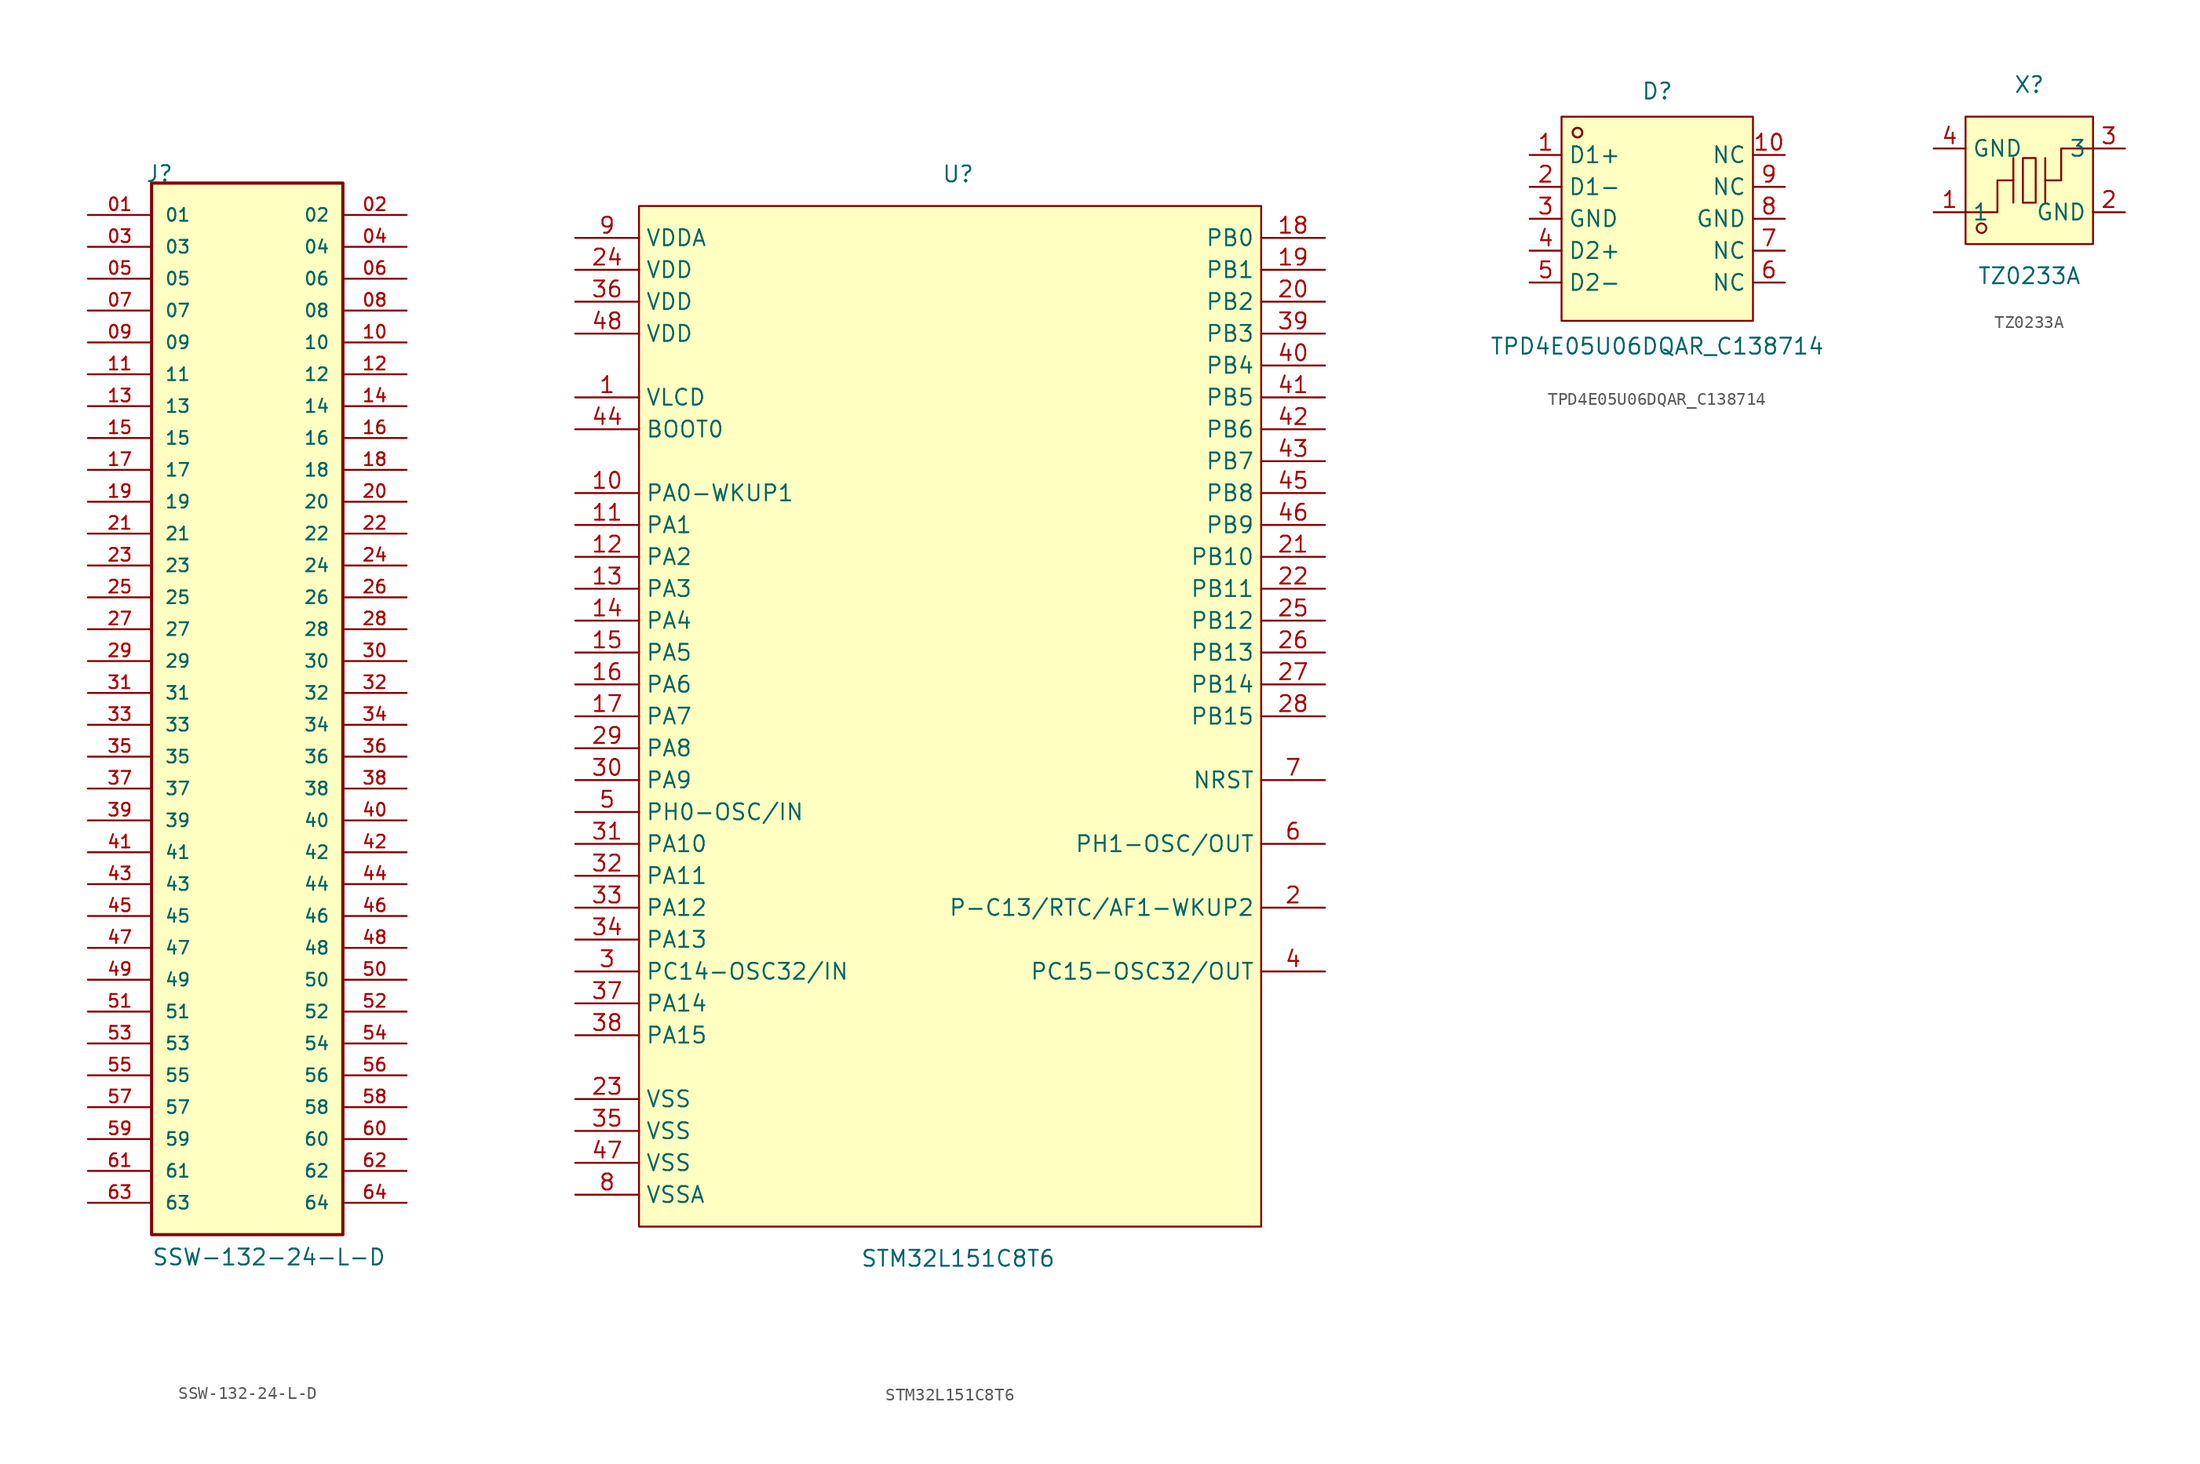
<source format=kicad_sym>
(kicad_symbol_lib
  (version 20231120)
  (generator "kicad_symbol_editor")
  (generator_version "8.0")
  (symbol "SSW-132-24-L-D"
    (pin_names
      (offset 1.016))
    (property "Reference" "J"
      (at -8.12 43.18 0)
      (effects (font (size 1.27 1.27)) (justify left bottom)))
    (property "Value" "SSW-132-24-L-D"
      (at -7.62 -43.18 0)
      (effects (font (size 1.27 1.27)) (justify left bottom)))
    (symbol "SSW-132-24-L-D_0_0"
      (rectangle (start -7.62 -40.64) (end 7.62 43.18) (stroke (width 0.254) (type default)) (fill (type background)))
      (pin passive line (at -12.7 40.64 0) (length 5.08) (name "01" (effects (font (size 1.016 1.016)))) (number "01" (effects (font (size 1.016 1.016)))))
      (pin passive line (at 12.7 40.64 180) (length 5.08) (name "02" (effects (font (size 1.016 1.016)))) (number "02" (effects (font (size 1.016 1.016)))))
      (pin passive line (at -12.7 38.1 0) (length 5.08) (name "03" (effects (font (size 1.016 1.016)))) (number "03" (effects (font (size 1.016 1.016)))))
      (pin passive line (at 12.7 38.1 180) (length 5.08) (name "04" (effects (font (size 1.016 1.016)))) (number "04" (effects (font (size 1.016 1.016)))))
      (pin passive line (at -12.7 35.56 0) (length 5.08) (name "05" (effects (font (size 1.016 1.016)))) (number "05" (effects (font (size 1.016 1.016)))))
      (pin passive line (at 12.7 35.56 180) (length 5.08) (name "06" (effects (font (size 1.016 1.016)))) (number "06" (effects (font (size 1.016 1.016)))))
      (pin passive line (at -12.7 33.02 0) (length 5.08) (name "07" (effects (font (size 1.016 1.016)))) (number "07" (effects (font (size 1.016 1.016)))))
      (pin passive line (at 12.7 33.02 180) (length 5.08) (name "08" (effects (font (size 1.016 1.016)))) (number "08" (effects (font (size 1.016 1.016)))))
      (pin passive line (at -12.7 30.48 0) (length 5.08) (name "09" (effects (font (size 1.016 1.016)))) (number "09" (effects (font (size 1.016 1.016)))))
      (pin passive line (at 12.7 30.48 180) (length 5.08) (name "10" (effects (font (size 1.016 1.016)))) (number "10" (effects (font (size 1.016 1.016)))))
      (pin passive line (at -12.7 27.94 0) (length 5.08) (name "11" (effects (font (size 1.016 1.016)))) (number "11" (effects (font (size 1.016 1.016)))))
      (pin passive line (at 12.7 27.94 180) (length 5.08) (name "12" (effects (font (size 1.016 1.016)))) (number "12" (effects (font (size 1.016 1.016)))))
      (pin passive line (at -12.7 25.4 0) (length 5.08) (name "13" (effects (font (size 1.016 1.016)))) (number "13" (effects (font (size 1.016 1.016)))))
      (pin passive line (at 12.7 25.4 180) (length 5.08) (name "14" (effects (font (size 1.016 1.016)))) (number "14" (effects (font (size 1.016 1.016)))))
      (pin passive line (at -12.7 22.86 0) (length 5.08) (name "15" (effects (font (size 1.016 1.016)))) (number "15" (effects (font (size 1.016 1.016)))))
      (pin passive line (at 12.7 22.86 180) (length 5.08) (name "16" (effects (font (size 1.016 1.016)))) (number "16" (effects (font (size 1.016 1.016)))))
      (pin passive line (at -12.7 20.32 0) (length 5.08) (name "17" (effects (font (size 1.016 1.016)))) (number "17" (effects (font (size 1.016 1.016)))))
      (pin passive line (at 12.7 20.32 180) (length 5.08) (name "18" (effects (font (size 1.016 1.016)))) (number "18" (effects (font (size 1.016 1.016)))))
      (pin passive line (at -12.7 17.78 0) (length 5.08) (name "19" (effects (font (size 1.016 1.016)))) (number "19" (effects (font (size 1.016 1.016)))))
      (pin passive line (at 12.7 17.78 180) (length 5.08) (name "20" (effects (font (size 1.016 1.016)))) (number "20" (effects (font (size 1.016 1.016)))))
      (pin passive line (at -12.7 15.24 0) (length 5.08) (name "21" (effects (font (size 1.016 1.016)))) (number "21" (effects (font (size 1.016 1.016)))))
      (pin passive line (at 12.7 15.24 180) (length 5.08) (name "22" (effects (font (size 1.016 1.016)))) (number "22" (effects (font (size 1.016 1.016)))))
      (pin passive line (at -12.7 12.7 0) (length 5.08) (name "23" (effects (font (size 1.016 1.016)))) (number "23" (effects (font (size 1.016 1.016)))))
      (pin passive line (at 12.7 12.7 180) (length 5.08) (name "24" (effects (font (size 1.016 1.016)))) (number "24" (effects (font (size 1.016 1.016)))))
      (pin passive line (at -12.7 10.16 0) (length 5.08) (name "25" (effects (font (size 1.016 1.016)))) (number "25" (effects (font (size 1.016 1.016)))))
      (pin passive line (at 12.7 10.16 180) (length 5.08) (name "26" (effects (font (size 1.016 1.016)))) (number "26" (effects (font (size 1.016 1.016)))))
      (pin passive line (at -12.7 7.62 0) (length 5.08) (name "27" (effects (font (size 1.016 1.016)))) (number "27" (effects (font (size 1.016 1.016)))))
      (pin passive line (at 12.7 7.62 180) (length 5.08) (name "28" (effects (font (size 1.016 1.016)))) (number "28" (effects (font (size 1.016 1.016)))))
      (pin passive line (at -12.7 5.08 0) (length 5.08) (name "29" (effects (font (size 1.016 1.016)))) (number "29" (effects (font (size 1.016 1.016)))))
      (pin passive line (at 12.7 5.08 180) (length 5.08) (name "30" (effects (font (size 1.016 1.016)))) (number "30" (effects (font (size 1.016 1.016)))))
      (pin passive line (at -12.7 2.54 0) (length 5.08) (name "31" (effects (font (size 1.016 1.016)))) (number "31" (effects (font (size 1.016 1.016)))))
      (pin passive line (at 12.7 2.54 180) (length 5.08) (name "32" (effects (font (size 1.016 1.016)))) (number "32" (effects (font (size 1.016 1.016)))))
      (pin passive line (at -12.7 0 0) (length 5.08) (name "33" (effects (font (size 1.016 1.016)))) (number "33" (effects (font (size 1.016 1.016)))))
      (pin passive line (at 12.7 0 180) (length 5.08) (name "34" (effects (font (size 1.016 1.016)))) (number "34" (effects (font (size 1.016 1.016)))))
      (pin passive line (at -12.7 -2.54 0) (length 5.08) (name "35" (effects (font (size 1.016 1.016)))) (number "35" (effects (font (size 1.016 1.016)))))
      (pin passive line (at 12.7 -2.54 180) (length 5.08) (name "36" (effects (font (size 1.016 1.016)))) (number "36" (effects (font (size 1.016 1.016)))))
      (pin passive line (at -12.7 -5.08 0) (length 5.08) (name "37" (effects (font (size 1.016 1.016)))) (number "37" (effects (font (size 1.016 1.016)))))
      (pin passive line (at 12.7 -5.08 180) (length 5.08) (name "38" (effects (font (size 1.016 1.016)))) (number "38" (effects (font (size 1.016 1.016)))))
      (pin passive line (at -12.7 -7.62 0) (length 5.08) (name "39" (effects (font (size 1.016 1.016)))) (number "39" (effects (font (size 1.016 1.016)))))
      (pin passive line (at 12.7 -7.62 180) (length 5.08) (name "40" (effects (font (size 1.016 1.016)))) (number "40" (effects (font (size 1.016 1.016)))))
      (pin passive line (at -12.7 -10.16 0) (length 5.08) (name "41" (effects (font (size 1.016 1.016)))) (number "41" (effects (font (size 1.016 1.016)))))
      (pin passive line (at 12.7 -10.16 180) (length 5.08) (name "42" (effects (font (size 1.016 1.016)))) (number "42" (effects (font (size 1.016 1.016)))))
      (pin passive line (at -12.7 -12.7 0) (length 5.08) (name "43" (effects (font (size 1.016 1.016)))) (number "43" (effects (font (size 1.016 1.016)))))
      (pin passive line (at 12.7 -12.7 180) (length 5.08) (name "44" (effects (font (size 1.016 1.016)))) (number "44" (effects (font (size 1.016 1.016)))))
      (pin passive line (at -12.7 -15.24 0) (length 5.08) (name "45" (effects (font (size 1.016 1.016)))) (number "45" (effects (font (size 1.016 1.016)))))
      (pin passive line (at 12.7 -15.24 180) (length 5.08) (name "46" (effects (font (size 1.016 1.016)))) (number "46" (effects (font (size 1.016 1.016)))))
      (pin passive line (at -12.7 -17.78 0) (length 5.08) (name "47" (effects (font (size 1.016 1.016)))) (number "47" (effects (font (size 1.016 1.016)))))
      (pin passive line (at 12.7 -17.78 180) (length 5.08) (name "48" (effects (font (size 1.016 1.016)))) (number "48" (effects (font (size 1.016 1.016)))))
      (pin passive line (at -12.7 -20.32 0) (length 5.08) (name "49" (effects (font (size 1.016 1.016)))) (number "49" (effects (font (size 1.016 1.016)))))
      (pin passive line (at 12.7 -20.32 180) (length 5.08) (name "50" (effects (font (size 1.016 1.016)))) (number "50" (effects (font (size 1.016 1.016)))))
      (pin passive line (at -12.7 -22.86 0) (length 5.08) (name "51" (effects (font (size 1.016 1.016)))) (number "51" (effects (font (size 1.016 1.016)))))
      (pin passive line (at 12.7 -22.86 180) (length 5.08) (name "52" (effects (font (size 1.016 1.016)))) (number "52" (effects (font (size 1.016 1.016)))))
      (pin passive line (at -12.7 -25.4 0) (length 5.08) (name "53" (effects (font (size 1.016 1.016)))) (number "53" (effects (font (size 1.016 1.016)))))
      (pin passive line (at 12.7 -25.4 180) (length 5.08) (name "54" (effects (font (size 1.016 1.016)))) (number "54" (effects (font (size 1.016 1.016)))))
      (pin passive line (at -12.7 -27.94 0) (length 5.08) (name "55" (effects (font (size 1.016 1.016)))) (number "55" (effects (font (size 1.016 1.016)))))
      (pin passive line (at 12.7 -27.94 180) (length 5.08) (name "56" (effects (font (size 1.016 1.016)))) (number "56" (effects (font (size 1.016 1.016)))))
      (pin passive line (at -12.7 -30.48 0) (length 5.08) (name "57" (effects (font (size 1.016 1.016)))) (number "57" (effects (font (size 1.016 1.016)))))
      (pin passive line (at 12.7 -30.48 180) (length 5.08) (name "58" (effects (font (size 1.016 1.016)))) (number "58" (effects (font (size 1.016 1.016)))))
      (pin passive line (at -12.7 -33.02 0) (length 5.08) (name "59" (effects (font (size 1.016 1.016)))) (number "59" (effects (font (size 1.016 1.016)))))
      (pin passive line (at 12.7 -33.02 180) (length 5.08) (name "60" (effects (font (size 1.016 1.016)))) (number "60" (effects (font (size 1.016 1.016)))))
      (pin passive line (at -12.7 -35.56 0) (length 5.08) (name "61" (effects (font (size 1.016 1.016)))) (number "61" (effects (font (size 1.016 1.016)))))
      (pin passive line (at 12.7 -35.56 180) (length 5.08) (name "62" (effects (font (size 1.016 1.016)))) (number "62" (effects (font (size 1.016 1.016)))))
      (pin passive line (at -12.7 -38.1 0) (length 5.08) (name "63" (effects (font (size 1.016 1.016)))) (number "63" (effects (font (size 1.016 1.016)))))
      (pin passive line (at 12.7 -38.1 180) (length 5.08) (name "64" (effects (font (size 1.016 1.016)))) (number "64" (effects (font (size 1.016 1.016)))))))
  (symbol "STM32L151C8T6"
    (property "Reference" "U"
      (at 0 43.18 0)
      (effects (font (size 1.27 1.27))))
    (property "Value" "STM32L151C8T6"
      (at 0 -43.18 0)
      (effects (font (size 1.27 1.27))))
    (symbol "STM32L151C8T6_0_1"
      (rectangle (start -25.4 40.64) (end 24.13 -40.64) (stroke (width 0) (type default)) (fill (type background)))
      (pin power_in line (at -30.48 25.4 0) (length 5.08) (name "VLCD" (effects (font (size 1.27 1.27)))) (number "1" (effects (font (size 1.27 1.27)))))
      (pin bidirectional line (at -30.48 17.78 0) (length 5.08) (name "PA0-WKUP1" (effects (font (size 1.27 1.27)))) (number "10" (effects (font (size 1.27 1.27)))))
      (pin bidirectional line (at -30.48 15.24 0) (length 5.08) (name "PA1" (effects (font (size 1.27 1.27)))) (number "11" (effects (font (size 1.27 1.27)))))
      (pin bidirectional line (at -30.48 12.7 0) (length 5.08) (name "PA2" (effects (font (size 1.27 1.27)))) (number "12" (effects (font (size 1.27 1.27)))))
      (pin bidirectional line (at -30.48 10.16 0) (length 5.08) (name "PA3" (effects (font (size 1.27 1.27)))) (number "13" (effects (font (size 1.27 1.27)))))
      (pin bidirectional line (at -30.48 7.62 0) (length 5.08) (name "PA4" (effects (font (size 1.27 1.27)))) (number "14" (effects (font (size 1.27 1.27)))))
      (pin bidirectional line (at -30.48 5.08 0) (length 5.08) (name "PA5" (effects (font (size 1.27 1.27)))) (number "15" (effects (font (size 1.27 1.27)))))
      (pin bidirectional line (at -30.48 2.54 0) (length 5.08) (name "PA6" (effects (font (size 1.27 1.27)))) (number "16" (effects (font (size 1.27 1.27)))))
      (pin bidirectional line (at -30.48 0 0) (length 5.08) (name "PA7" (effects (font (size 1.27 1.27)))) (number "17" (effects (font (size 1.27 1.27)))))
      (pin bidirectional line (at 29.21 38.1 180) (length 5.08) (name "PB0" (effects (font (size 1.27 1.27)))) (number "18" (effects (font (size 1.27 1.27)))))
      (pin bidirectional line (at 29.21 35.56 180) (length 5.08) (name "PB1" (effects (font (size 1.27 1.27)))) (number "19" (effects (font (size 1.27 1.27)))))
      (pin bidirectional line (at 29.21 -15.24 180) (length 5.08) (name "P-C13/RTC/AF1-WKUP2" (effects (font (size 1.27 1.27)))) (number "2" (effects (font (size 1.27 1.27)))))
      (pin bidirectional line (at 29.21 33.02 180) (length 5.08) (name "PB2" (effects (font (size 1.27 1.27)))) (number "20" (effects (font (size 1.27 1.27)))))
      (pin bidirectional line (at 29.21 12.7 180) (length 5.08) (name "PB10" (effects (font (size 1.27 1.27)))) (number "21" (effects (font (size 1.27 1.27)))))
      (pin bidirectional line (at 29.21 10.16 180) (length 5.08) (name "PB11" (effects (font (size 1.27 1.27)))) (number "22" (effects (font (size 1.27 1.27)))))
      (pin power_in line (at -30.48 -30.48 0) (length 5.08) (name "VSS" (effects (font (size 1.27 1.27)))) (number "23" (effects (font (size 1.27 1.27)))))
      (pin power_in line (at -30.48 35.56 0) (length 5.08) (name "VDD" (effects (font (size 1.27 1.27)))) (number "24" (effects (font (size 1.27 1.27)))))
      (pin bidirectional line (at 29.21 7.62 180) (length 5.08) (name "PB12" (effects (font (size 1.27 1.27)))) (number "25" (effects (font (size 1.27 1.27)))))
      (pin bidirectional line (at 29.21 5.08 180) (length 5.08) (name "PB13" (effects (font (size 1.27 1.27)))) (number "26" (effects (font (size 1.27 1.27)))))
      (pin bidirectional line (at 29.21 2.54 180) (length 5.08) (name "PB14" (effects (font (size 1.27 1.27)))) (number "27" (effects (font (size 1.27 1.27)))))
      (pin bidirectional line (at 29.21 0 180) (length 5.08) (name "PB15" (effects (font (size 1.27 1.27)))) (number "28" (effects (font (size 1.27 1.27)))))
      (pin bidirectional line (at -30.48 -2.54 0) (length 5.08) (name "PA8" (effects (font (size 1.27 1.27)))) (number "29" (effects (font (size 1.27 1.27)))))
      (pin input line (at -30.48 -20.32 0) (length 5.08) (name "PC14-OSC32/IN" (effects (font (size 1.27 1.27)))) (number "3" (effects (font (size 1.27 1.27)))))
      (pin bidirectional line (at -30.48 -5.08 0) (length 5.08) (name "PA9" (effects (font (size 1.27 1.27)))) (number "30" (effects (font (size 1.27 1.27)))))
      (pin bidirectional line (at -30.48 -10.16 0) (length 5.08) (name "PA10" (effects (font (size 1.27 1.27)))) (number "31" (effects (font (size 1.27 1.27)))))
      (pin bidirectional line (at -30.48 -12.7 0) (length 5.08) (name "PA11" (effects (font (size 1.27 1.27)))) (number "32" (effects (font (size 1.27 1.27)))))
      (pin bidirectional line (at -30.48 -15.24 0) (length 5.08) (name "PA12" (effects (font (size 1.27 1.27)))) (number "33" (effects (font (size 1.27 1.27)))))
      (pin bidirectional line (at -30.48 -17.78 0) (length 5.08) (name "PA13" (effects (font (size 1.27 1.27)))) (number "34" (effects (font (size 1.27 1.27)))))
      (pin power_in line (at -30.48 -33.02 0) (length 5.08) (name "VSS" (effects (font (size 1.27 1.27)))) (number "35" (effects (font (size 1.27 1.27)))))
      (pin power_in line (at -30.48 33.02 0) (length 5.08) (name "VDD" (effects (font (size 1.27 1.27)))) (number "36" (effects (font (size 1.27 1.27)))))
      (pin bidirectional line (at -30.48 -22.86 0) (length 5.08) (name "PA14" (effects (font (size 1.27 1.27)))) (number "37" (effects (font (size 1.27 1.27)))))
      (pin bidirectional line (at -30.48 -25.4 0) (length 5.08) (name "PA15" (effects (font (size 1.27 1.27)))) (number "38" (effects (font (size 1.27 1.27)))))
      (pin bidirectional line (at 29.21 30.48 180) (length 5.08) (name "PB3" (effects (font (size 1.27 1.27)))) (number "39" (effects (font (size 1.27 1.27)))))
      (pin output line (at 29.21 -20.32 180) (length 5.08) (name "PC15-OSC32/OUT" (effects (font (size 1.27 1.27)))) (number "4" (effects (font (size 1.27 1.27)))))
      (pin bidirectional line (at 29.21 27.94 180) (length 5.08) (name "PB4" (effects (font (size 1.27 1.27)))) (number "40" (effects (font (size 1.27 1.27)))))
      (pin bidirectional line (at 29.21 25.4 180) (length 5.08) (name "PB5" (effects (font (size 1.27 1.27)))) (number "41" (effects (font (size 1.27 1.27)))))
      (pin bidirectional line (at 29.21 22.86 180) (length 5.08) (name "PB6" (effects (font (size 1.27 1.27)))) (number "42" (effects (font (size 1.27 1.27)))))
      (pin bidirectional line (at 29.21 20.32 180) (length 5.08) (name "PB7" (effects (font (size 1.27 1.27)))) (number "43" (effects (font (size 1.27 1.27)))))
      (pin input line (at -30.48 22.86 0) (length 5.08) (name "BOOT0" (effects (font (size 1.27 1.27)))) (number "44" (effects (font (size 1.27 1.27)))))
      (pin bidirectional line (at 29.21 17.78 180) (length 5.08) (name "PB8" (effects (font (size 1.27 1.27)))) (number "45" (effects (font (size 1.27 1.27)))))
      (pin bidirectional line (at 29.21 15.24 180) (length 5.08) (name "PB9" (effects (font (size 1.27 1.27)))) (number "46" (effects (font (size 1.27 1.27)))))
      (pin power_in line (at -30.48 -35.56 0) (length 5.08) (name "VSS" (effects (font (size 1.27 1.27)))) (number "47" (effects (font (size 1.27 1.27)))))
      (pin power_in line (at -30.48 30.48 0) (length 5.08) (name "VDD" (effects (font (size 1.27 1.27)))) (number "48" (effects (font (size 1.27 1.27)))))
      (pin input line (at -30.48 -7.62 0) (length 5.08) (name "PH0-OSC/IN" (effects (font (size 1.27 1.27)))) (number "5" (effects (font (size 1.27 1.27)))))
      (pin output line (at 29.21 -10.16 180) (length 5.08) (name "PH1-OSC/OUT" (effects (font (size 1.27 1.27)))) (number "6" (effects (font (size 1.27 1.27)))))
      (pin bidirectional line (at 29.21 -5.08 180) (length 5.08) (name "NRST" (effects (font (size 1.27 1.27)))) (number "7" (effects (font (size 1.27 1.27)))))
      (pin power_in line (at -30.48 -38.1 0) (length 5.08) (name "VSSA" (effects (font (size 1.27 1.27)))) (number "8" (effects (font (size 1.27 1.27)))))
      (pin power_in line (at -30.48 38.1 0) (length 5.08) (name "VDDA" (effects (font (size 1.27 1.27)))) (number "9" (effects (font (size 1.27 1.27)))))))
  (symbol "TPD4E05U06DQAR_C138714"
    (property "Reference" "D"
      (at 0 10.16 0)
      (effects (font (size 1.27 1.27))))
    (property "Value" "TPD4E05U06DQAR_C138714"
      (at 0 -10.16 0)
      (effects (font (size 1.27 1.27))))
    (property "Description" ""
      (at 0 0 0)
      (effects (font (size 1.27 1.27))))
    (symbol "TPD4E05U06DQAR_C138714_0_1"
      (rectangle (start -7.62 8.13) (end 7.62 -8.13) (stroke (width 0) (type default)) (fill (type background)))
      (circle (center -6.35 6.86) (radius 0.38) (stroke (width 0) (type default)) (fill (type none)))
      (circle (center -6.35 6.86) (radius 0.38) (stroke (width 0) (type default)) (fill (type none)))
      (pin passive line (at -10.16 5.08 0) (length 2.54) (name "D1+" (effects (font (size 1.27 1.27)))) (number "1" (effects (font (size 1.27 1.27)))))
      (pin passive line (at 10.16 5.08 180) (length 2.54) (name "NC" (effects (font (size 1.27 1.27)))) (number "10" (effects (font (size 1.27 1.27)))))
      (pin passive line (at -10.16 2.54 0) (length 2.54) (name "D1-" (effects (font (size 1.27 1.27)))) (number "2" (effects (font (size 1.27 1.27)))))
      (pin passive line (at -10.16 0 0) (length 2.54) (name "GND" (effects (font (size 1.27 1.27)))) (number "3" (effects (font (size 1.27 1.27)))))
      (pin passive line (at -10.16 -2.54 0) (length 2.54) (name "D2+" (effects (font (size 1.27 1.27)))) (number "4" (effects (font (size 1.27 1.27)))))
      (pin passive line (at -10.16 -5.08 0) (length 2.54) (name "D2-" (effects (font (size 1.27 1.27)))) (number "5" (effects (font (size 1.27 1.27)))))
      (pin passive line (at 10.16 -5.08 180) (length 2.54) (name "NC" (effects (font (size 1.27 1.27)))) (number "6" (effects (font (size 1.27 1.27)))))
      (pin passive line (at 10.16 -2.54 180) (length 2.54) (name "NC" (effects (font (size 1.27 1.27)))) (number "7" (effects (font (size 1.27 1.27)))))
      (pin passive line (at 10.16 0 180) (length 2.54) (name "GND" (effects (font (size 1.27 1.27)))) (number "8" (effects (font (size 1.27 1.27)))))
      (pin passive line (at 10.16 2.54 180) (length 2.54) (name "NC" (effects (font (size 1.27 1.27)))) (number "9" (effects (font (size 1.27 1.27)))))))
  (symbol "TZ0233A"
    (property "Reference" "X"
      (at 0 7.62 0)
      (effects (font (size 1.27 1.27))))
    (property "Value" "TZ0233A"
      (at 0 -7.62 0)
      (effects (font (size 1.27 1.27))))
    (symbol "TZ0233A_0_1"
      (rectangle (start -5.08 5.08) (end 5.08 -5.08) (stroke (width 0) (type default)) (fill (type background)))
      (circle (center -3.81 -3.81) (radius 0.38) (stroke (width 0) (type default)) (fill (type none)))
      (rectangle (start -0.51 1.78) (end 0.51 -1.78) (stroke (width 0) (type default)) (fill (type background)))
      (polyline (pts (xy -1.27 -1.78) (xy -1.27 1.78)) (stroke (width 0) (type default)) (fill (type none)))
      (polyline (pts (xy 1.27 -1.78) (xy 1.27 1.78)) (stroke (width 0) (type default)) (fill (type none)))
      (polyline (pts (xy -5.08 -2.54) (xy -2.54 -2.54) (xy -2.54 0) (xy -1.27 0)) (stroke (width 0) (type default)) (fill (type none)))
      (polyline (pts (xy 5.08 2.54) (xy 2.54 2.54) (xy 2.54 0) (xy 1.27 0)) (stroke (width 0) (type default)) (fill (type none))))
    (symbol "TZ0233A_1_1"
      (pin passive line (at -7.62 -2.54 0) (length 2.54) (name "1" (effects (font (size 1.27 1.27)))) (number "1" (effects (font (size 1.27 1.27)))))
      (pin passive line (at 7.62 -2.54 180) (length 2.54) (name "GND" (effects (font (size 1.27 1.27)))) (number "2" (effects (font (size 1.27 1.27)))))
      (pin passive line (at 7.62 2.54 180) (length 2.54) (name "3" (effects (font (size 1.27 1.27)))) (number "3" (effects (font (size 1.27 1.27)))))
      (pin passive line (at -7.62 2.54 0) (length 2.54) (name "GND" (effects (font (size 1.27 1.27)))) (number "4" (effects (font (size 1.27 1.27))))))))
</source>
